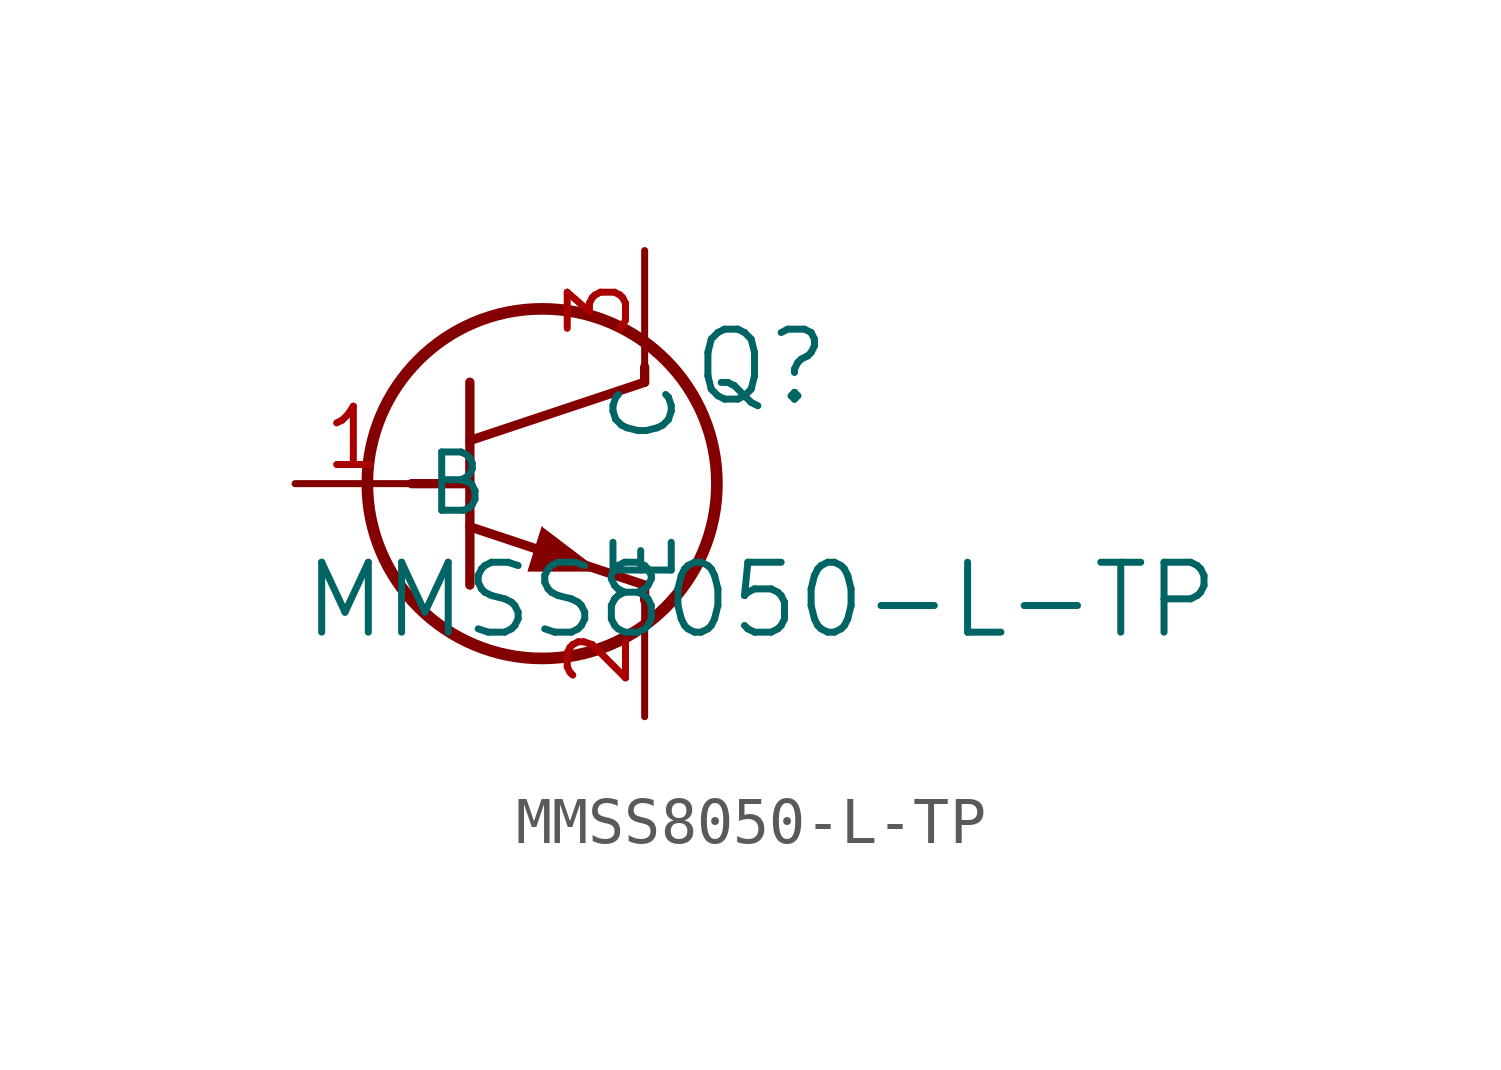
<source format=kicad_sym>
(kicad_symbol_lib
  (version 20211014)
  (generator kicad_symbol_editor)
  (symbol "MMSS8050-L-TP"
    (pin_names
      (offset 0.254))
    (property "Reference" "Q"
      (at 10.16 2.54 0)
      (effects (font (size 1.524 1.524))))
    (property "Value" "MMSS8050-L-TP"
      (at 10.16 -2.54 0)
      (effects (font (size 1.524 1.524))))
    (symbol "MMSS8050-L-TP_0_1"
      (circle (center 5.385 0) (radius 3.81) (stroke (width 0.254) (type default) (color 0 0 0 0)) (fill (type none)))
      (polyline (pts (xy 3.81 -2.21) (xy 3.81 2.21)) (stroke (width 0.203) (type default) (color 0 0 0 0)) (fill (type none)))
      (polyline (pts (xy 3.81 0.94) (xy 7.62 2.21)) (stroke (width 0.203) (type default) (color 0 0 0 0)) (fill (type none)))
      (polyline (pts (xy 3.81 -0.94) (xy 7.62 -2.21)) (stroke (width 0.203) (type default) (color 0 0 0 0)) (fill (type none)))
      (polyline (pts (xy 7.62 -2.54) (xy 7.62 -2.21)) (stroke (width 0.203) (type default) (color 0 0 0 0)) (fill (type none)))
      (polyline (pts (xy 7.62 2.21) (xy 7.62 2.54)) (stroke (width 0.203) (type default) (color 0 0 0 0)) (fill (type none)))
      (polyline (pts (xy 2.54 0) (xy 3.81 0)) (stroke (width 0.203) (type default) (color 0 0 0 0)) (fill (type none)))
      (polyline (pts (xy 5.385 -0.94) (xy 5.08 -1.905) (xy 6.655 -1.905)) (stroke (width 0.025) (type default) (color 0 0 0 0)) (fill (type outline)))
      (pin unspecified line (at 0 0 0) (length 2.54) (name "B" (effects (font (size 1.27 1.27)))) (number "1" (effects (font (size 1.27 1.27)))))
      (pin unspecified line (at 7.62 -5.08 90) (length 2.54) (name "E" (effects (font (size 1.27 1.27)))) (number "2" (effects (font (size 1.27 1.27)))))
      (pin unspecified line (at 7.62 5.08 270) (length 2.54) (name "C" (effects (font (size 1.27 1.27)))) (number "3" (effects (font (size 1.27 1.27))))))))
</source>
